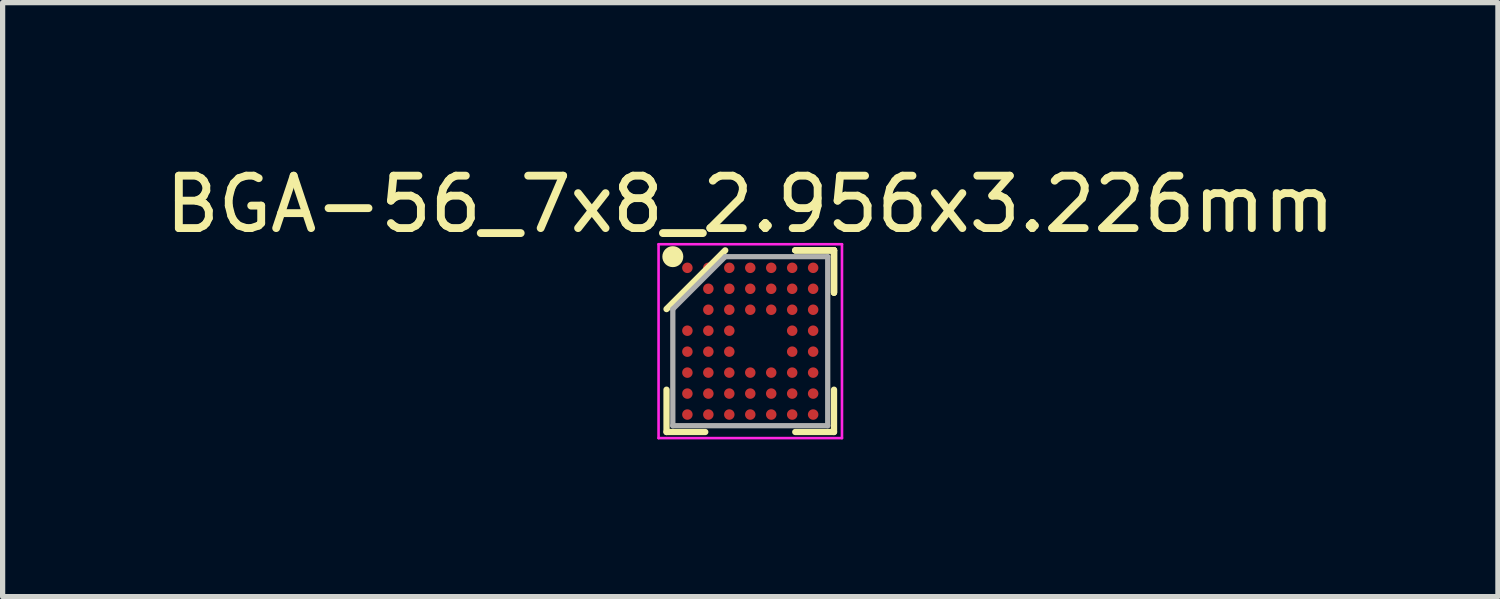
<source format=kicad_pcb>
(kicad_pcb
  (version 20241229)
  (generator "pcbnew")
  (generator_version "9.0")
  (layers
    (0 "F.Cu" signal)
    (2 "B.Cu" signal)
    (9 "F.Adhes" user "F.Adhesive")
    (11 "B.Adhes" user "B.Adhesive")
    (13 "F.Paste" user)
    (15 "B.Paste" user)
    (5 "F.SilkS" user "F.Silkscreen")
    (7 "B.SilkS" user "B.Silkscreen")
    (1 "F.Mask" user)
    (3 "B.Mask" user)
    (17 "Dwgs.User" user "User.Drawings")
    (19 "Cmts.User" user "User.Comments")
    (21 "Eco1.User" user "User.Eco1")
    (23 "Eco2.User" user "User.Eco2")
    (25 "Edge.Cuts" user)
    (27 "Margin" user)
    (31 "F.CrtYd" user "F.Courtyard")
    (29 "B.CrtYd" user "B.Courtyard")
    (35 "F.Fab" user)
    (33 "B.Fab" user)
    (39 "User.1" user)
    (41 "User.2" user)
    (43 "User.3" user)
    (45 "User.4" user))
  (footprint "BGA-56_7x8_2.956x3.226mm"
    (layer "F.Cu")
    (at 11.268 3.461)
    (property "Reference" "BGA-56_7x8_2.956x3.226mm" (at 0 -2.613 0) (layer "F.SilkS") (effects (font (size 1 1) (thickness 0.15))))
    (attr smd)
    (fp_line (start -1.598 1.733) (end -1.598 0.926) (stroke (width 0.12) (type solid)) (layer "F.SilkS"))
    (fp_line (start -0.859 1.733) (end -1.598 1.733) (stroke (width 0.12) (type solid)) (layer "F.SilkS"))
    (fp_line (start -0.478 -1.733) (end -1.598 -0.613) (stroke (width 0.12) (type solid)) (layer "F.SilkS"))
    (fp_line (start 0.859 -1.733) (end 1.598 -1.733) (stroke (width 0.12) (type solid)) (layer "F.SilkS"))
    (fp_line (start 0.859 -1.733) (end 1.598 -1.733) (stroke (width 0.12) (type solid)) (layer "F.SilkS"))
    (fp_line (start 0.859 -1.733) (end 1.598 -1.733) (stroke (width 0.12) (type solid)) (layer "F.SilkS"))
    (fp_line (start 0.859 1.733) (end 1.598 1.733) (stroke (width 0.12) (type solid)) (layer "F.SilkS"))
    (fp_line (start 1.598 -1.733) (end 1.598 -0.926) (stroke (width 0.12) (type solid)) (layer "F.SilkS"))
    (fp_line (start 1.598 -1.733) (end 1.598 -0.926) (stroke (width 0.12) (type solid)) (layer "F.SilkS"))
    (fp_line (start 1.598 -1.733) (end 1.598 -0.926) (stroke (width 0.12) (type solid)) (layer "F.SilkS"))
    (fp_line (start 1.598 1.733) (end 1.598 0.926) (stroke (width 0.12) (type solid)) (layer "F.SilkS"))
    (fp_circle (center -1.478 -1.613) (end -1.478 -1.513) (stroke (width 0.2) (type solid)) (fill no) (layer "F.SilkS"))
    (fp_line (start -1.75 -1.85) (end 1.75 -1.85) (stroke (width 0.05) (type solid)) (layer "F.CrtYd"))
    (fp_line (start -1.75 1.85) (end -1.75 -1.85) (stroke (width 0.05) (type solid)) (layer "F.CrtYd"))
    (fp_line (start 1.75 -1.85) (end 1.75 1.85) (stroke (width 0.05) (type solid)) (layer "F.CrtYd"))
    (fp_line (start 1.75 1.85) (end -1.75 1.85) (stroke (width 0.05) (type solid)) (layer "F.CrtYd"))
    (fp_line (start -1.478 -0.613) (end -1.478 1.613) (stroke (width 0.1) (type solid)) (layer "F.Fab"))
    (fp_line (start -1.478 1.613) (end 1.478 1.613) (stroke (width 0.1) (type solid)) (layer "F.Fab"))
    (fp_line (start -0.478 -1.613) (end -1.478 -0.613) (stroke (width 0.1) (type solid)) (layer "F.Fab"))
    (fp_line (start 1.478 -1.613) (end -0.478 -1.613) (stroke (width 0.1) (type solid)) (layer "F.Fab"))
    (fp_line (start 1.478 1.613) (end 1.478 -1.613) (stroke (width 0.1) (type solid)) (layer "F.Fab"))
    (pad "A1" smd circle (at -1.2 -1.4) (size 0.2 0.2) (layers "F.Cu" "F.Mask" "F.Paste"))
    (pad "A2" smd circle (at -0.8 -1.4) (size 0.2 0.2) (layers "F.Cu" "F.Mask" "F.Paste"))
    (pad "A3" smd circle (at -0.4 -1.4) (size 0.2 0.2) (layers "F.Cu" "F.Mask" "F.Paste"))
    (pad "A4" smd circle (at 0 -1.4) (size 0.2 0.2) (layers "F.Cu" "F.Mask" "F.Paste"))
    (pad "A5" smd circle (at 0.4 -1.4) (size 0.2 0.2) (layers "F.Cu" "F.Mask" "F.Paste"))
    (pad "A6" smd circle (at 0.8 -1.4) (size 0.2 0.2) (layers "F.Cu" "F.Mask" "F.Paste"))
    (pad "A7" smd circle (at 1.2 -1.4) (size 0.2 0.2) (layers "F.Cu" "F.Mask" "F.Paste"))
    (pad "B2" smd circle (at -0.8 -1) (size 0.2 0.2) (layers "F.Cu" "F.Mask" "F.Paste"))
    (pad "B3" smd circle (at -0.4 -1) (size 0.2 0.2) (layers "F.Cu" "F.Mask" "F.Paste"))
    (pad "B4" smd circle (at 0 -1) (size 0.2 0.2) (layers "F.Cu" "F.Mask" "F.Paste"))
    (pad "B5" smd circle (at 0.4 -1) (size 0.2 0.2) (layers "F.Cu" "F.Mask" "F.Paste"))
    (pad "B6" smd circle (at 0.8 -1) (size 0.2 0.2) (layers "F.Cu" "F.Mask" "F.Paste"))
    (pad "B7" smd circle (at 1.2 -1) (size 0.2 0.2) (layers "F.Cu" "F.Mask" "F.Paste"))
    (pad "C2" smd circle (at -0.8 -0.6) (size 0.2 0.2) (layers "F.Cu" "F.Mask" "F.Paste"))
    (pad "C3" smd circle (at -0.4 -0.6) (size 0.2 0.2) (layers "F.Cu" "F.Mask" "F.Paste"))
    (pad "C4" smd circle (at 0 -0.6) (size 0.2 0.2) (layers "F.Cu" "F.Mask" "F.Paste"))
    (pad "C5" smd circle (at 0.4 -0.6) (size 0.2 0.2) (layers "F.Cu" "F.Mask" "F.Paste"))
    (pad "C6" smd circle (at 0.8 -0.6) (size 0.2 0.2) (layers "F.Cu" "F.Mask" "F.Paste"))
    (pad "C7" smd circle (at 1.2 -0.6) (size 0.2 0.2) (layers "F.Cu" "F.Mask" "F.Paste"))
    (pad "D1" smd circle (at -1.2 -0.2) (size 0.2 0.2) (layers "F.Cu" "F.Mask" "F.Paste"))
    (pad "D2" smd circle (at -0.8 -0.2) (size 0.2 0.2) (layers "F.Cu" "F.Mask" "F.Paste"))
    (pad "D3" smd circle (at -0.4 -0.2) (size 0.2 0.2) (layers "F.Cu" "F.Mask" "F.Paste"))
    (pad "D6" smd circle (at 0.8 -0.2) (size 0.2 0.2) (layers "F.Cu" "F.Mask" "F.Paste"))
    (pad "D7" smd circle (at 1.2 -0.2) (size 0.2 0.2) (layers "F.Cu" "F.Mask" "F.Paste"))
    (pad "E1" smd circle (at -1.2 0.2) (size 0.2 0.2) (layers "F.Cu" "F.Mask" "F.Paste"))
    (pad "E2" smd circle (at -0.8 0.2) (size 0.2 0.2) (layers "F.Cu" "F.Mask" "F.Paste"))
    (pad "E3" smd circle (at -0.4 0.2) (size 0.2 0.2) (layers "F.Cu" "F.Mask" "F.Paste"))
    (pad "E6" smd circle (at 0.8 0.2) (size 0.2 0.2) (layers "F.Cu" "F.Mask" "F.Paste"))
    (pad "E7" smd circle (at 1.2 0.2) (size 0.2 0.2) (layers "F.Cu" "F.Mask" "F.Paste"))
    (pad "F1" smd circle (at -1.2 0.6) (size 0.2 0.2) (layers "F.Cu" "F.Mask" "F.Paste"))
    (pad "F2" smd circle (at -0.8 0.6) (size 0.2 0.2) (layers "F.Cu" "F.Mask" "F.Paste"))
    (pad "F3" smd circle (at -0.4 0.6) (size 0.2 0.2) (layers "F.Cu" "F.Mask" "F.Paste"))
    (pad "F4" smd circle (at 0 0.6) (size 0.2 0.2) (layers "F.Cu" "F.Mask" "F.Paste"))
    (pad "F5" smd circle (at 0.4 0.6) (size 0.2 0.2) (layers "F.Cu" "F.Mask" "F.Paste"))
    (pad "F6" smd circle (at 0.8 0.6) (size 0.2 0.2) (layers "F.Cu" "F.Mask" "F.Paste"))
    (pad "F7" smd circle (at 1.2 0.6) (size 0.2 0.2) (layers "F.Cu" "F.Mask" "F.Paste"))
    (pad "G1" smd circle (at -1.2 1) (size 0.2 0.2) (layers "F.Cu" "F.Mask" "F.Paste"))
    (pad "G2" smd circle (at -0.8 1) (size 0.2 0.2) (layers "F.Cu" "F.Mask" "F.Paste"))
    (pad "G3" smd circle (at -0.4 1) (size 0.2 0.2) (layers "F.Cu" "F.Mask" "F.Paste"))
    (pad "G4" smd circle (at 0 1) (size 0.2 0.2) (layers "F.Cu" "F.Mask" "F.Paste"))
    (pad "G5" smd circle (at 0.4 1) (size 0.2 0.2) (layers "F.Cu" "F.Mask" "F.Paste"))
    (pad "G6" smd circle (at 0.8 1) (size 0.2 0.2) (layers "F.Cu" "F.Mask" "F.Paste"))
    (pad "G7" smd circle (at 1.2 1) (size 0.2 0.2) (layers "F.Cu" "F.Mask" "F.Paste"))
    (pad "H1" smd circle (at -1.2 1.4) (size 0.2 0.2) (layers "F.Cu" "F.Mask" "F.Paste"))
    (pad "H2" smd circle (at -0.8 1.4) (size 0.2 0.2) (layers "F.Cu" "F.Mask" "F.Paste"))
    (pad "H3" smd circle (at -0.4 1.4) (size 0.2 0.2) (layers "F.Cu" "F.Mask" "F.Paste"))
    (pad "H4" smd circle (at 0 1.4) (size 0.2 0.2) (layers "F.Cu" "F.Mask" "F.Paste"))
    (pad "H5" smd circle (at 0.4 1.4) (size 0.2 0.2) (layers "F.Cu" "F.Mask" "F.Paste"))
    (pad "H6" smd circle (at 0.8 1.4) (size 0.2 0.2) (layers "F.Cu" "F.Mask" "F.Paste"))
    (pad "H7" smd circle (at 1.2 1.4) (size 0.2 0.2) (layers "F.Cu" "F.Mask" "F.Paste")))
  (gr_rect
    (start -3 -3)
    (end 25.536 8.336)
    (stroke (width 0.1) (type default))
    (fill no)
    (layer "Edge.Cuts")))
</source>
